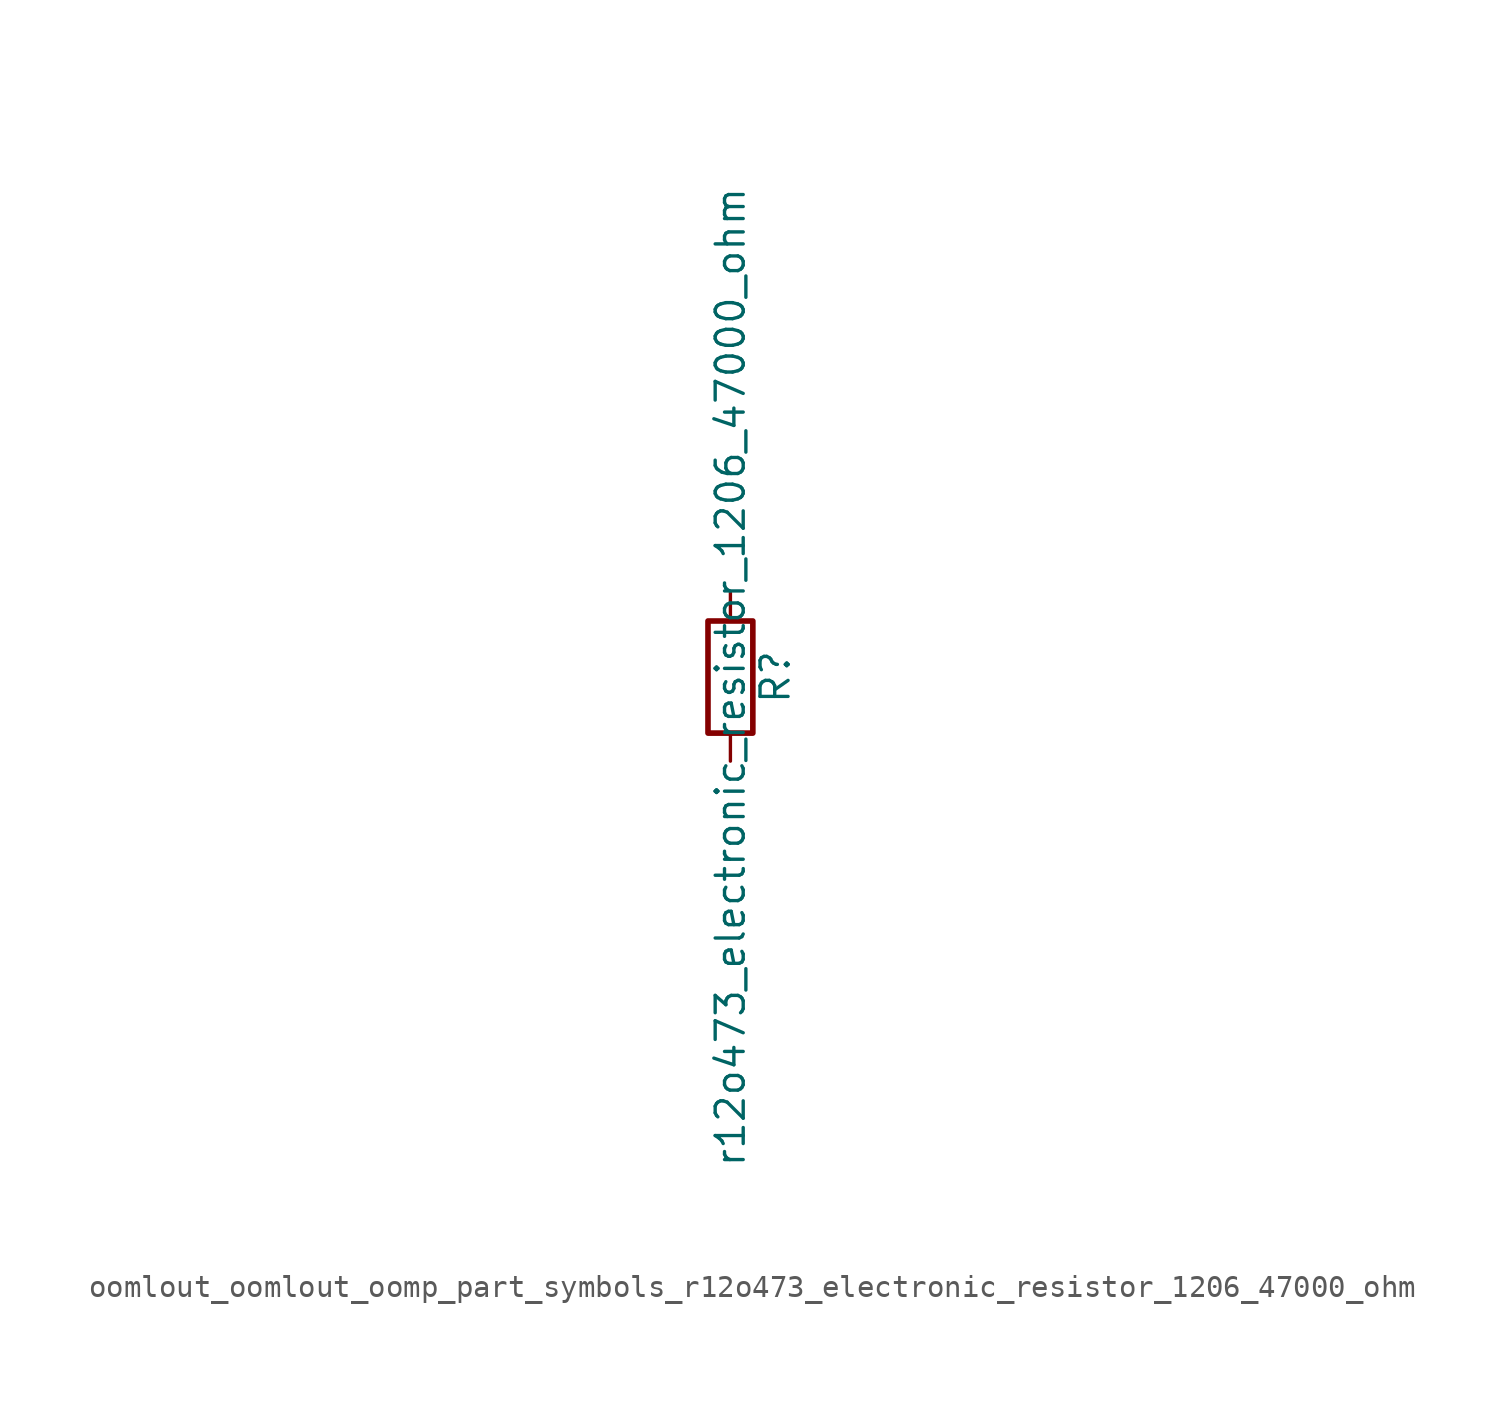
<source format=kicad_sym>
(kicad_symbol_lib
  (version 20220914)
  (generator kicad_symbol_editor)
  (symbol "oomlout_oomlout_oomp_part_symbols_r12o473_electronic_resistor_1206_47000_ohm"
    (pin_numbers hide)
    (pin_names
      (offset 0))
    (property "Reference" "R"
      (at 2.032 0 90)
      (effects (font (size 1.27 1.27))))
    (property "Value" "r12o473_electronic_resistor_1206_47000_ohm"
      (at 0 0 90)
      (effects (font (size 1.27 1.27))))
    (symbol "oomlout_oomlout_oomp_part_symbols_r12o473_electronic_resistor_1206_47000_ohm_0_1"
      (rectangle (start -1.016 -2.54) (end 1.016 2.54) (stroke (width 0.254) (type default)) (fill (type none))))
    (symbol "oomlout_oomlout_oomp_part_symbols_r12o473_electronic_resistor_1206_47000_ohm_1_1"
      (pin passive line (at 0 3.81 270) (length 1.27) (name "~" (effects (font (size 1.27 1.27)))) (number "1" (effects (font (size 1.27 1.27)))))
      (pin passive line (at 0 -3.81 90) (length 1.27) (name "~" (effects (font (size 1.27 1.27)))) (number "2" (effects (font (size 1.27 1.27))))))))
</source>
